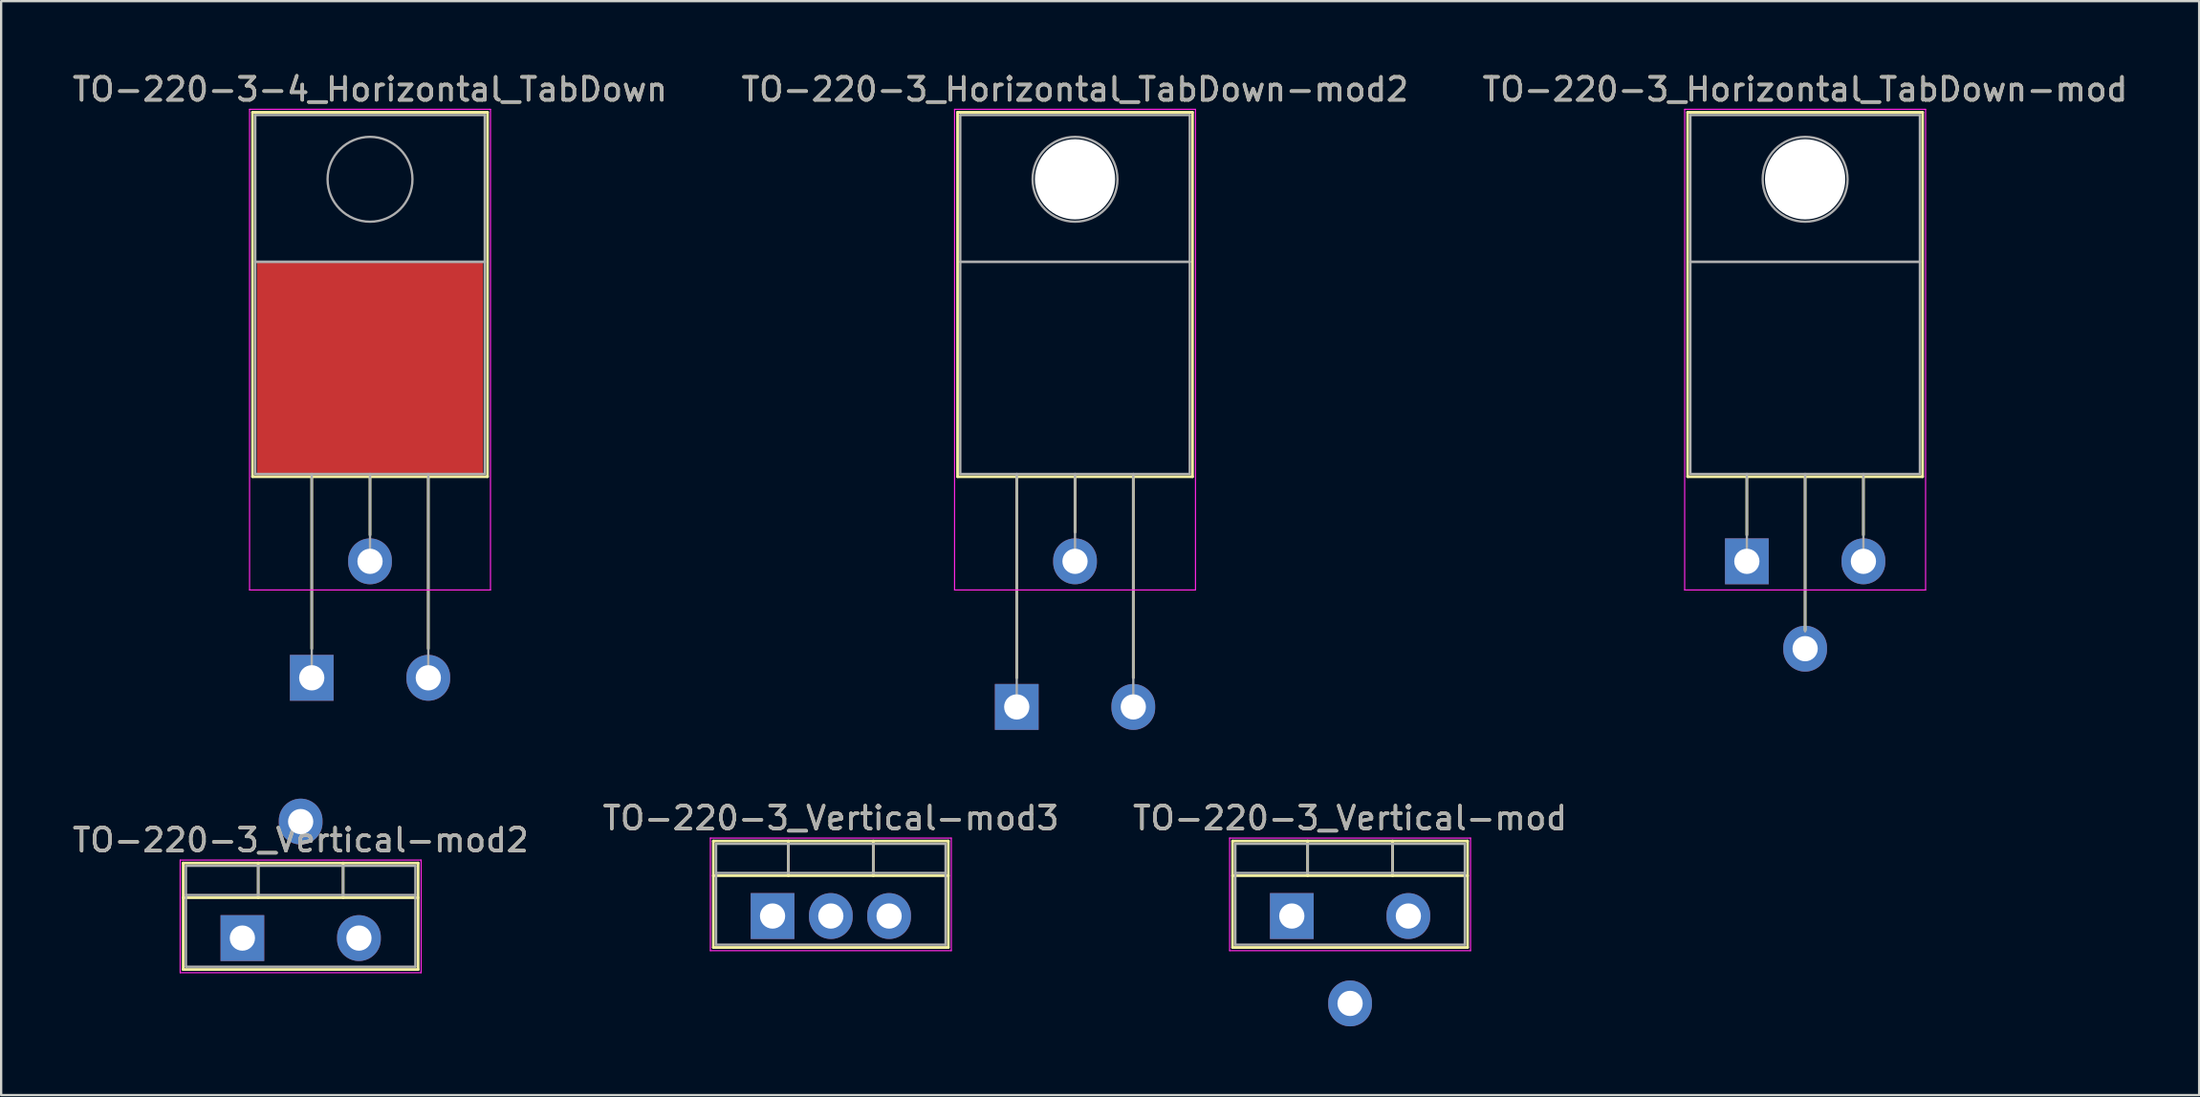
<source format=kicad_pcb>
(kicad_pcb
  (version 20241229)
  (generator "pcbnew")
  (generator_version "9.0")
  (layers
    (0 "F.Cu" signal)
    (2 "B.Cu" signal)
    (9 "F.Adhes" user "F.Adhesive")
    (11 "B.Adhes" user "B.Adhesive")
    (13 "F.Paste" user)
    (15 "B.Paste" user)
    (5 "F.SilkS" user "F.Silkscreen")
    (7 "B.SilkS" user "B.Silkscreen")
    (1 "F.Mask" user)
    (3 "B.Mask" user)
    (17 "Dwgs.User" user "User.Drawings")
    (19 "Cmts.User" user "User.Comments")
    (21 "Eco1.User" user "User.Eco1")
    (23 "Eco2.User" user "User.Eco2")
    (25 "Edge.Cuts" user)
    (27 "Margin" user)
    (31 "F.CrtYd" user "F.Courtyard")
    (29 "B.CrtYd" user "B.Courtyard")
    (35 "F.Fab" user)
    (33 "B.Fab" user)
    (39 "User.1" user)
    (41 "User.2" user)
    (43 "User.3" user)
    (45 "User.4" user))
  (footprint "TO-220-3_Horizontal_TabDown-mod"
    (layer "F.Cu")
    (at 73.085 21.428)
    (property "Reference" "TO-220-3_Horizontal_TabDown-mod" (at 2.54 -20.58 0) (layer "F.SilkS") (effects (font (size 1 1) (thickness 0.15))))
    (attr through_hole)
    (fp_line (start -2.58 -19.58) (end -2.58 -3.69) (stroke (width 0.12) (type solid)) (layer "F.SilkS"))
    (fp_line (start -2.58 -19.58) (end 7.66 -19.58) (stroke (width 0.12) (type solid)) (layer "F.SilkS"))
    (fp_line (start -2.58 -3.69) (end 7.66 -3.69) (stroke (width 0.12) (type solid)) (layer "F.SilkS"))
    (fp_line (start 0 -3.69) (end 0 -1.15) (stroke (width 0.12) (type solid)) (layer "F.SilkS"))
    (fp_line (start 2.54 -3.69) (end 2.54 3.003) (stroke (width 0.12) (type solid)) (layer "F.SilkS"))
    (fp_line (start 5.08 -3.69) (end 5.08 -1.15) (stroke (width 0.12) (type solid)) (layer "F.SilkS"))
    (fp_line (start 7.66 -19.58) (end 7.66 -3.69) (stroke (width 0.12) (type solid)) (layer "F.SilkS"))
    (fp_line (start -2.71 -19.71) (end -2.71 1.25) (stroke (width 0.05) (type solid)) (layer "F.CrtYd"))
    (fp_line (start -2.71 1.25) (end 7.79 1.25) (stroke (width 0.05) (type solid)) (layer "F.CrtYd"))
    (fp_line (start 7.79 -19.71) (end -2.71 -19.71) (stroke (width 0.05) (type solid)) (layer "F.CrtYd"))
    (fp_line (start 7.79 1.25) (end 7.79 -19.71) (stroke (width 0.05) (type solid)) (layer "F.CrtYd"))
    (fp_line (start -2.46 -19.46) (end 7.54 -19.46) (stroke (width 0.1) (type solid)) (layer "F.Fab"))
    (fp_line (start -2.46 -13.06) (end -2.46 -19.46) (stroke (width 0.1) (type solid)) (layer "F.Fab"))
    (fp_line (start -2.46 -13.06) (end 7.54 -13.06) (stroke (width 0.1) (type solid)) (layer "F.Fab"))
    (fp_line (start -2.46 -3.81) (end -2.46 -13.06) (stroke (width 0.1) (type solid)) (layer "F.Fab"))
    (fp_line (start 0 -3.81) (end 0 0) (stroke (width 0.1) (type solid)) (layer "F.Fab"))
    (fp_line (start 2.54 -3.81) (end 2.54 3.055) (stroke (width 0.1) (type solid)) (layer "F.Fab"))
    (fp_line (start 5.08 -3.81) (end 5.08 0) (stroke (width 0.1) (type solid)) (layer "F.Fab"))
    (fp_line (start 7.54 -19.46) (end 7.54 -13.06) (stroke (width 0.1) (type solid)) (layer "F.Fab"))
    (fp_line (start 7.54 -13.06) (end -2.46 -13.06) (stroke (width 0.1) (type solid)) (layer "F.Fab"))
    (fp_line (start 7.54 -13.06) (end 7.54 -3.81) (stroke (width 0.1) (type solid)) (layer "F.Fab"))
    (fp_line (start 7.54 -3.81) (end -2.46 -3.81) (stroke (width 0.1) (type solid)) (layer "F.Fab"))
    (fp_circle (center 2.54 -16.66) (end 4.39 -16.66) (stroke (width 0.1) (type solid)) (fill no) (layer "F.Fab"))
    (fp_text user "${REFERENCE}" (at 2.54 -20.58 0) (layer "F.Fab") (effects (font (size 1 1) (thickness 0.15))))
    (pad "" np_thru_hole oval (at 2.54 -16.66) (size 3.5 3.5) (drill 3.5) (layers "*.Cu" "*.Mask"))
    (pad "1" thru_hole rect (at 0 0) (size 1.905 2) (drill 1.1) (layers "*.Cu" "*.Mask"))
    (pad "2" thru_hole oval (at 2.54 3.81) (size 1.905 2) (drill 1.1) (layers "*.Cu" "*.Mask"))
    (pad "3" thru_hole oval (at 5.08 0) (size 1.905 2) (drill 1.1) (layers "*.Cu" "*.Mask")))
  (footprint "TO-220-3_Horizontal_TabDown-mod2"
    (layer "F.Cu")
    (at 41.264 21.428)
    (property "Reference" "TO-220-3_Horizontal_TabDown-mod2" (at 2.54 -20.58 0) (layer "F.SilkS") (effects (font (size 1 1) (thickness 0.15))))
    (attr through_hole)
    (fp_line (start -2.58 -19.58) (end -2.58 -3.69) (stroke (width 0.12) (type solid)) (layer "F.SilkS"))
    (fp_line (start -2.58 -19.58) (end 7.66 -19.58) (stroke (width 0.12) (type solid)) (layer "F.SilkS"))
    (fp_line (start -2.58 -3.69) (end 7.66 -3.69) (stroke (width 0.12) (type solid)) (layer "F.SilkS"))
    (fp_line (start 0 -3.69) (end 0 5.08) (stroke (width 0.12) (type solid)) (layer "F.SilkS"))
    (fp_line (start 2.54 -3.69) (end 2.54 -1.27) (stroke (width 0.12) (type solid)) (layer "F.SilkS"))
    (fp_line (start 5.08 -3.69) (end 5.08 5.08) (stroke (width 0.12) (type solid)) (layer "F.SilkS"))
    (fp_line (start 7.66 -19.58) (end 7.66 -3.69) (stroke (width 0.12) (type solid)) (layer "F.SilkS"))
    (fp_line (start -2.71 -19.71) (end -2.71 1.25) (stroke (width 0.05) (type solid)) (layer "F.CrtYd"))
    (fp_line (start -2.71 1.25) (end 7.79 1.25) (stroke (width 0.05) (type solid)) (layer "F.CrtYd"))
    (fp_line (start 7.79 -19.71) (end -2.71 -19.71) (stroke (width 0.05) (type solid)) (layer "F.CrtYd"))
    (fp_line (start 7.79 1.25) (end 7.79 -19.71) (stroke (width 0.05) (type solid)) (layer "F.CrtYd"))
    (fp_line (start -2.46 -19.46) (end 7.54 -19.46) (stroke (width 0.1) (type solid)) (layer "F.Fab"))
    (fp_line (start -2.46 -13.06) (end -2.46 -19.46) (stroke (width 0.1) (type solid)) (layer "F.Fab"))
    (fp_line (start -2.46 -13.06) (end 7.54 -13.06) (stroke (width 0.1) (type solid)) (layer "F.Fab"))
    (fp_line (start -2.46 -3.81) (end -2.46 -13.06) (stroke (width 0.1) (type solid)) (layer "F.Fab"))
    (fp_line (start 0 -3.81) (end 0 6.35) (stroke (width 0.1) (type solid)) (layer "F.Fab"))
    (fp_line (start 2.54 -3.81) (end 2.54 0) (stroke (width 0.1) (type solid)) (layer "F.Fab"))
    (fp_line (start 5.08 -3.81) (end 5.08 6.35) (stroke (width 0.1) (type solid)) (layer "F.Fab"))
    (fp_line (start 7.54 -19.46) (end 7.54 -13.06) (stroke (width 0.1) (type solid)) (layer "F.Fab"))
    (fp_line (start 7.54 -13.06) (end -2.46 -13.06) (stroke (width 0.1) (type solid)) (layer "F.Fab"))
    (fp_line (start 7.54 -13.06) (end 7.54 -3.81) (stroke (width 0.1) (type solid)) (layer "F.Fab"))
    (fp_line (start 7.54 -3.81) (end -2.46 -3.81) (stroke (width 0.1) (type solid)) (layer "F.Fab"))
    (fp_circle (center 2.54 -16.66) (end 4.39 -16.66) (stroke (width 0.1) (type solid)) (fill no) (layer "F.Fab"))
    (fp_text user "${REFERENCE}" (at 2.54 -20.58 0) (layer "F.Fab") (effects (font (size 1 1) (thickness 0.15))))
    (pad "" np_thru_hole oval (at 2.54 -16.66) (size 3.5 3.5) (drill 3.5) (layers "*.Cu" "*.Mask"))
    (pad "1" thru_hole rect (at 0 6.35) (size 1.905 2) (drill 1.1) (layers "*.Cu" "*.Mask"))
    (pad "2" thru_hole oval (at 2.54 0) (size 1.905 2) (drill 1.1) (layers "*.Cu" "*.Mask"))
    (pad "3" thru_hole oval (at 5.08 6.35) (size 1.905 2) (drill 1.1) (layers "*.Cu" "*.Mask")))
  (footprint "TO-220-3_Vertical-mod2"
    (layer "F.Cu")
    (at 7.514 37.858)
    (property "Reference" "TO-220-3_Vertical-mod2" (at 2.54 -4.27 0) (layer "F.SilkS") (effects (font (size 1 1) (thickness 0.15))))
    (attr through_hole)
    (fp_line (start -2.58 -3.27) (end -2.58 1.371) (stroke (width 0.12) (type solid)) (layer "F.SilkS"))
    (fp_line (start -2.58 -3.27) (end 7.66 -3.27) (stroke (width 0.12) (type solid)) (layer "F.SilkS"))
    (fp_line (start -2.58 -1.76) (end 7.66 -1.76) (stroke (width 0.12) (type solid)) (layer "F.SilkS"))
    (fp_line (start -2.58 1.371) (end 7.66 1.371) (stroke (width 0.12) (type solid)) (layer "F.SilkS"))
    (fp_line (start 0.69 -3.27) (end 0.69 -1.76) (stroke (width 0.12) (type solid)) (layer "F.SilkS"))
    (fp_line (start 4.391 -3.27) (end 4.391 -1.76) (stroke (width 0.12) (type solid)) (layer "F.SilkS"))
    (fp_line (start 7.66 -3.27) (end 7.66 1.371) (stroke (width 0.12) (type solid)) (layer "F.SilkS"))
    (fp_line (start -2.71 -3.4) (end -2.71 1.51) (stroke (width 0.05) (type solid)) (layer "F.CrtYd"))
    (fp_line (start -2.71 1.51) (end 7.79 1.51) (stroke (width 0.05) (type solid)) (layer "F.CrtYd"))
    (fp_line (start 7.79 -3.4) (end -2.71 -3.4) (stroke (width 0.05) (type solid)) (layer "F.CrtYd"))
    (fp_line (start 7.79 1.51) (end 7.79 -3.4) (stroke (width 0.05) (type solid)) (layer "F.CrtYd"))
    (fp_line (start -2.46 -3.15) (end -2.46 1.25) (stroke (width 0.1) (type solid)) (layer "F.Fab"))
    (fp_line (start -2.46 -1.88) (end 7.54 -1.88) (stroke (width 0.1) (type solid)) (layer "F.Fab"))
    (fp_line (start -2.46 1.25) (end 7.54 1.25) (stroke (width 0.1) (type solid)) (layer "F.Fab"))
    (fp_line (start 0.69 -3.15) (end 0.69 -1.88) (stroke (width 0.1) (type solid)) (layer "F.Fab"))
    (fp_line (start 4.39 -3.15) (end 4.39 -1.88) (stroke (width 0.1) (type solid)) (layer "F.Fab"))
    (fp_line (start 7.54 -3.15) (end -2.46 -3.15) (stroke (width 0.1) (type solid)) (layer "F.Fab"))
    (fp_line (start 7.54 1.25) (end 7.54 -3.15) (stroke (width 0.1) (type solid)) (layer "F.Fab"))
    (fp_text user "${REFERENCE}" (at 2.54 -4.27 0) (layer "F.Fab") (effects (font (size 1 1) (thickness 0.15))))
    (pad "1" thru_hole rect (at 0 0) (size 1.905 2) (drill 1.1) (layers "*.Cu" "*.Mask"))
    (pad "2" thru_hole oval (at 2.54 -5.08) (size 1.905 2) (drill 1.1) (layers "*.Cu" "*.Mask"))
    (pad "3" thru_hole oval (at 5.08 0) (size 1.905 2) (drill 1.1) (layers "*.Cu" "*.Mask")))
  (footprint "TO-220-3-4_Horizontal_TabDown"
    (layer "F.Cu")
    (at 10.537 21.428)
    (property "Reference" "TO-220-3-4_Horizontal_TabDown" (at 2.54 -20.58 0) (layer "F.SilkS") (effects (font (size 1 1) (thickness 0.15))))
    (attr through_hole)
    (fp_line (start -2.58 -19.58) (end -2.58 -3.69) (stroke (width 0.12) (type solid)) (layer "F.SilkS"))
    (fp_line (start -2.58 -19.58) (end 7.66 -19.58) (stroke (width 0.12) (type solid)) (layer "F.SilkS"))
    (fp_line (start -2.58 -3.69) (end 7.66 -3.69) (stroke (width 0.12) (type solid)) (layer "F.SilkS"))
    (fp_line (start 0 -3.69) (end 0 3.81) (stroke (width 0.12) (type solid)) (layer "F.SilkS"))
    (fp_line (start 2.54 -3.69) (end 2.54 -1.15) (stroke (width 0.12) (type solid)) (layer "F.SilkS"))
    (fp_line (start 5.08 -3.69) (end 5.08 3.81) (stroke (width 0.12) (type solid)) (layer "F.SilkS"))
    (fp_line (start 7.66 -19.58) (end 7.66 -3.69) (stroke (width 0.12) (type solid)) (layer "F.SilkS"))
    (fp_line (start -2.71 -19.71) (end -2.71 1.25) (stroke (width 0.05) (type solid)) (layer "F.CrtYd"))
    (fp_line (start -2.71 1.25) (end 7.79 1.25) (stroke (width 0.05) (type solid)) (layer "F.CrtYd"))
    (fp_line (start 7.79 -19.71) (end -2.71 -19.71) (stroke (width 0.05) (type solid)) (layer "F.CrtYd"))
    (fp_line (start 7.79 1.25) (end 7.79 -19.71) (stroke (width 0.05) (type solid)) (layer "F.CrtYd"))
    (fp_line (start -2.46 -19.46) (end 7.54 -19.46) (stroke (width 0.1) (type solid)) (layer "F.Fab"))
    (fp_line (start -2.46 -13.06) (end -2.46 -19.46) (stroke (width 0.1) (type solid)) (layer "F.Fab"))
    (fp_line (start -2.46 -13.06) (end 7.54 -13.06) (stroke (width 0.1) (type solid)) (layer "F.Fab"))
    (fp_line (start -2.46 -3.81) (end -2.46 -13.06) (stroke (width 0.1) (type solid)) (layer "F.Fab"))
    (fp_line (start 0 -3.81) (end 0 5.08) (stroke (width 0.1) (type solid)) (layer "F.Fab"))
    (fp_line (start 2.54 -3.81) (end 2.54 0) (stroke (width 0.1) (type solid)) (layer "F.Fab"))
    (fp_line (start 5.08 -3.81) (end 5.08 5.08) (stroke (width 0.1) (type solid)) (layer "F.Fab"))
    (fp_line (start 7.54 -19.46) (end 7.54 -13.06) (stroke (width 0.1) (type solid)) (layer "F.Fab"))
    (fp_line (start 7.54 -13.06) (end -2.46 -13.06) (stroke (width 0.1) (type solid)) (layer "F.Fab"))
    (fp_line (start 7.54 -13.06) (end 7.54 -3.81) (stroke (width 0.1) (type solid)) (layer "F.Fab"))
    (fp_line (start 7.54 -3.81) (end -2.46 -3.81) (stroke (width 0.1) (type solid)) (layer "F.Fab"))
    (fp_circle (center 2.54 -16.66) (end 4.39 -16.66) (stroke (width 0.1) (type solid)) (fill no) (layer "F.Fab"))
    (fp_text user "${REFERENCE}" (at 2.54 -20.58 0) (layer "F.Fab") (effects (font (size 1 1) (thickness 0.15))))
    (pad "1" thru_hole rect (at 0 5.08) (size 1.905 2) (drill 1.1) (layers "*.Cu" "*.Mask"))
    (pad "2" thru_hole oval (at 2.54 0) (size 1.905 2) (drill 1.1) (layers "*.Cu" "*.Mask"))
    (pad "3" thru_hole oval (at 5.08 5.08) (size 1.905 2) (drill 1.1) (layers "*.Cu" "*.Mask"))
    (pad "4" connect rect (at 2.54 -8.4) (size 9.85 9.3) (layers "F.Cu" "F.Mask")))
  (footprint "TO-220-3_Vertical-mod3"
    (layer "F.Cu")
    (at 30.621 36.897)
    (property "Reference" "TO-220-3_Vertical-mod3" (at 2.54 -4.27 0) (layer "F.SilkS") (effects (font (size 1 1) (thickness 0.15))))
    (attr through_hole)
    (fp_line (start -2.58 -3.27) (end -2.58 1.371) (stroke (width 0.12) (type solid)) (layer "F.SilkS"))
    (fp_line (start -2.58 -3.27) (end 7.66 -3.27) (stroke (width 0.12) (type solid)) (layer "F.SilkS"))
    (fp_line (start -2.58 -1.76) (end 7.66 -1.76) (stroke (width 0.12) (type solid)) (layer "F.SilkS"))
    (fp_line (start -2.58 1.371) (end 7.66 1.371) (stroke (width 0.12) (type solid)) (layer "F.SilkS"))
    (fp_line (start 0.69 -3.27) (end 0.69 -1.76) (stroke (width 0.12) (type solid)) (layer "F.SilkS"))
    (fp_line (start 4.391 -3.27) (end 4.391 -1.76) (stroke (width 0.12) (type solid)) (layer "F.SilkS"))
    (fp_line (start 7.66 -3.27) (end 7.66 1.371) (stroke (width 0.12) (type solid)) (layer "F.SilkS"))
    (fp_line (start -2.71 -3.4) (end -2.71 1.51) (stroke (width 0.05) (type solid)) (layer "F.CrtYd"))
    (fp_line (start -2.71 1.51) (end 7.79 1.51) (stroke (width 0.05) (type solid)) (layer "F.CrtYd"))
    (fp_line (start 7.79 -3.4) (end -2.71 -3.4) (stroke (width 0.05) (type solid)) (layer "F.CrtYd"))
    (fp_line (start 7.79 1.51) (end 7.79 -3.4) (stroke (width 0.05) (type solid)) (layer "F.CrtYd"))
    (fp_line (start -2.46 -3.15) (end -2.46 1.25) (stroke (width 0.1) (type solid)) (layer "F.Fab"))
    (fp_line (start -2.46 -1.88) (end 7.54 -1.88) (stroke (width 0.1) (type solid)) (layer "F.Fab"))
    (fp_line (start -2.46 1.25) (end 7.54 1.25) (stroke (width 0.1) (type solid)) (layer "F.Fab"))
    (fp_line (start 0.69 -3.15) (end 0.69 -1.88) (stroke (width 0.1) (type solid)) (layer "F.Fab"))
    (fp_line (start 4.39 -3.15) (end 4.39 -1.88) (stroke (width 0.1) (type solid)) (layer "F.Fab"))
    (fp_line (start 7.54 -3.15) (end -2.46 -3.15) (stroke (width 0.1) (type solid)) (layer "F.Fab"))
    (fp_line (start 7.54 1.25) (end 7.54 -3.15) (stroke (width 0.1) (type solid)) (layer "F.Fab"))
    (fp_text user "${REFERENCE}" (at 2.54 -4.27 0) (layer "F.Fab") (effects (font (size 1 1) (thickness 0.15))))
    (pad "D" thru_hole oval (at 2.54 0) (size 1.905 2) (drill 1.1) (layers "*.Cu" "*.Mask"))
    (pad "G" thru_hole rect (at 0 0) (size 1.905 2) (drill 1.1) (layers "*.Cu" "*.Mask"))
    (pad "S" thru_hole oval (at 5.08 0) (size 1.905 2) (drill 1.1) (layers "*.Cu" "*.Mask")))
  (footprint "TO-220-3_Vertical-mod"
    (layer "F.Cu")
    (at 53.252 36.897)
    (property "Reference" "TO-220-3_Vertical-mod" (at 2.54 -4.27 0) (layer "F.SilkS") (effects (font (size 1 1) (thickness 0.15))))
    (attr through_hole)
    (fp_line (start -2.58 -3.27) (end -2.58 1.371) (stroke (width 0.12) (type solid)) (layer "F.SilkS"))
    (fp_line (start -2.58 -3.27) (end 7.66 -3.27) (stroke (width 0.12) (type solid)) (layer "F.SilkS"))
    (fp_line (start -2.58 -1.76) (end 7.66 -1.76) (stroke (width 0.12) (type solid)) (layer "F.SilkS"))
    (fp_line (start -2.58 1.371) (end 7.66 1.371) (stroke (width 0.12) (type solid)) (layer "F.SilkS"))
    (fp_line (start 0.69 -3.27) (end 0.69 -1.76) (stroke (width 0.12) (type solid)) (layer "F.SilkS"))
    (fp_line (start 4.391 -3.27) (end 4.391 -1.76) (stroke (width 0.12) (type solid)) (layer "F.SilkS"))
    (fp_line (start 7.66 -3.27) (end 7.66 1.371) (stroke (width 0.12) (type solid)) (layer "F.SilkS"))
    (fp_line (start -2.71 -3.4) (end -2.71 1.51) (stroke (width 0.05) (type solid)) (layer "F.CrtYd"))
    (fp_line (start -2.71 1.51) (end 7.79 1.51) (stroke (width 0.05) (type solid)) (layer "F.CrtYd"))
    (fp_line (start 7.79 -3.4) (end -2.71 -3.4) (stroke (width 0.05) (type solid)) (layer "F.CrtYd"))
    (fp_line (start 7.79 1.51) (end 7.79 -3.4) (stroke (width 0.05) (type solid)) (layer "F.CrtYd"))
    (fp_line (start -2.46 -3.15) (end -2.46 1.25) (stroke (width 0.1) (type solid)) (layer "F.Fab"))
    (fp_line (start -2.46 -1.88) (end 7.54 -1.88) (stroke (width 0.1) (type solid)) (layer "F.Fab"))
    (fp_line (start -2.46 1.25) (end 7.54 1.25) (stroke (width 0.1) (type solid)) (layer "F.Fab"))
    (fp_line (start 0.69 -3.15) (end 0.69 -1.88) (stroke (width 0.1) (type solid)) (layer "F.Fab"))
    (fp_line (start 4.39 -3.15) (end 4.39 -1.88) (stroke (width 0.1) (type solid)) (layer "F.Fab"))
    (fp_line (start 7.54 -3.15) (end -2.46 -3.15) (stroke (width 0.1) (type solid)) (layer "F.Fab"))
    (fp_line (start 7.54 1.25) (end 7.54 -3.15) (stroke (width 0.1) (type solid)) (layer "F.Fab"))
    (fp_text user "${REFERENCE}" (at 2.54 -4.27 0) (layer "F.Fab") (effects (font (size 1 1) (thickness 0.15))))
    (pad "1" thru_hole rect (at 0 0) (size 1.905 2) (drill 1.1) (layers "*.Cu" "*.Mask"))
    (pad "2" thru_hole oval (at 2.54 3.81) (size 1.905 2) (drill 1.1) (layers "*.Cu" "*.Mask"))
    (pad "3" thru_hole oval (at 5.08 0) (size 1.905 2) (drill 1.1) (layers "*.Cu" "*.Mask")))
  (gr_rect
    (start -3 -3)
    (end 92.798 44.706)
    (stroke (width 0.1) (type default))
    (fill no)
    (layer "Edge.Cuts")))
</source>
